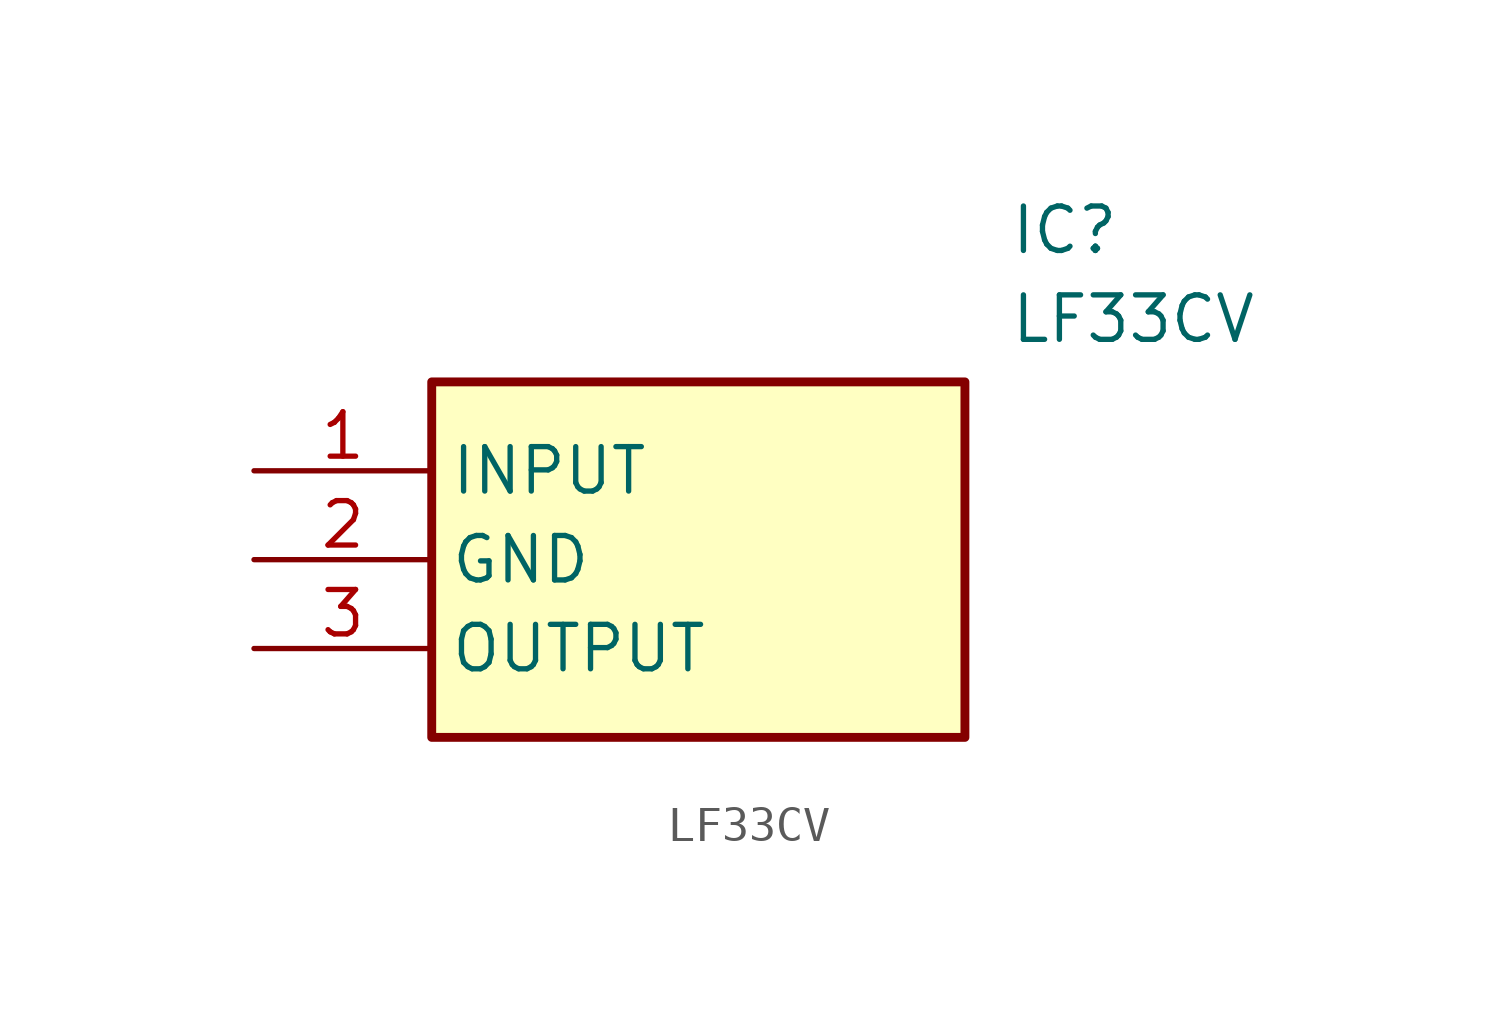
<source format=kicad_sym>
(kicad_symbol_lib
  (version 20211014)
  (generator SamacSys_ECAD_Model)
  (symbol "LF33CV"
    (property "Reference" "IC"
      (at 21.59 7.62 0)
      (effects (font (size 1.27 1.27)) (justify left top)))
    (property "Value" "LF33CV"
      (at 21.59 5.08 0)
      (effects (font (size 1.27 1.27)) (justify left top)))
    (rectangle
      (start 5.08 2.54)
      (end 20.32 -7.62)
      (stroke (width 0.254) (type default))
      (fill (type background)))
    (pin passive line
      (at 0 0 0)
      (length 5.08)
      (name "INPUT" (effects (font (size 1.27 1.27))))
      (number "1" (effects (font (size 1.27 1.27)))))
    (pin passive line
      (at 0 -2.54 0)
      (length 5.08)
      (name "GND" (effects (font (size 1.27 1.27))))
      (number "2" (effects (font (size 1.27 1.27)))))
    (pin passive line
      (at 0 -5.08 0)
      (length 5.08)
      (name "OUTPUT" (effects (font (size 1.27 1.27))))
      (number "3" (effects (font (size 1.27 1.27)))))))
</source>
